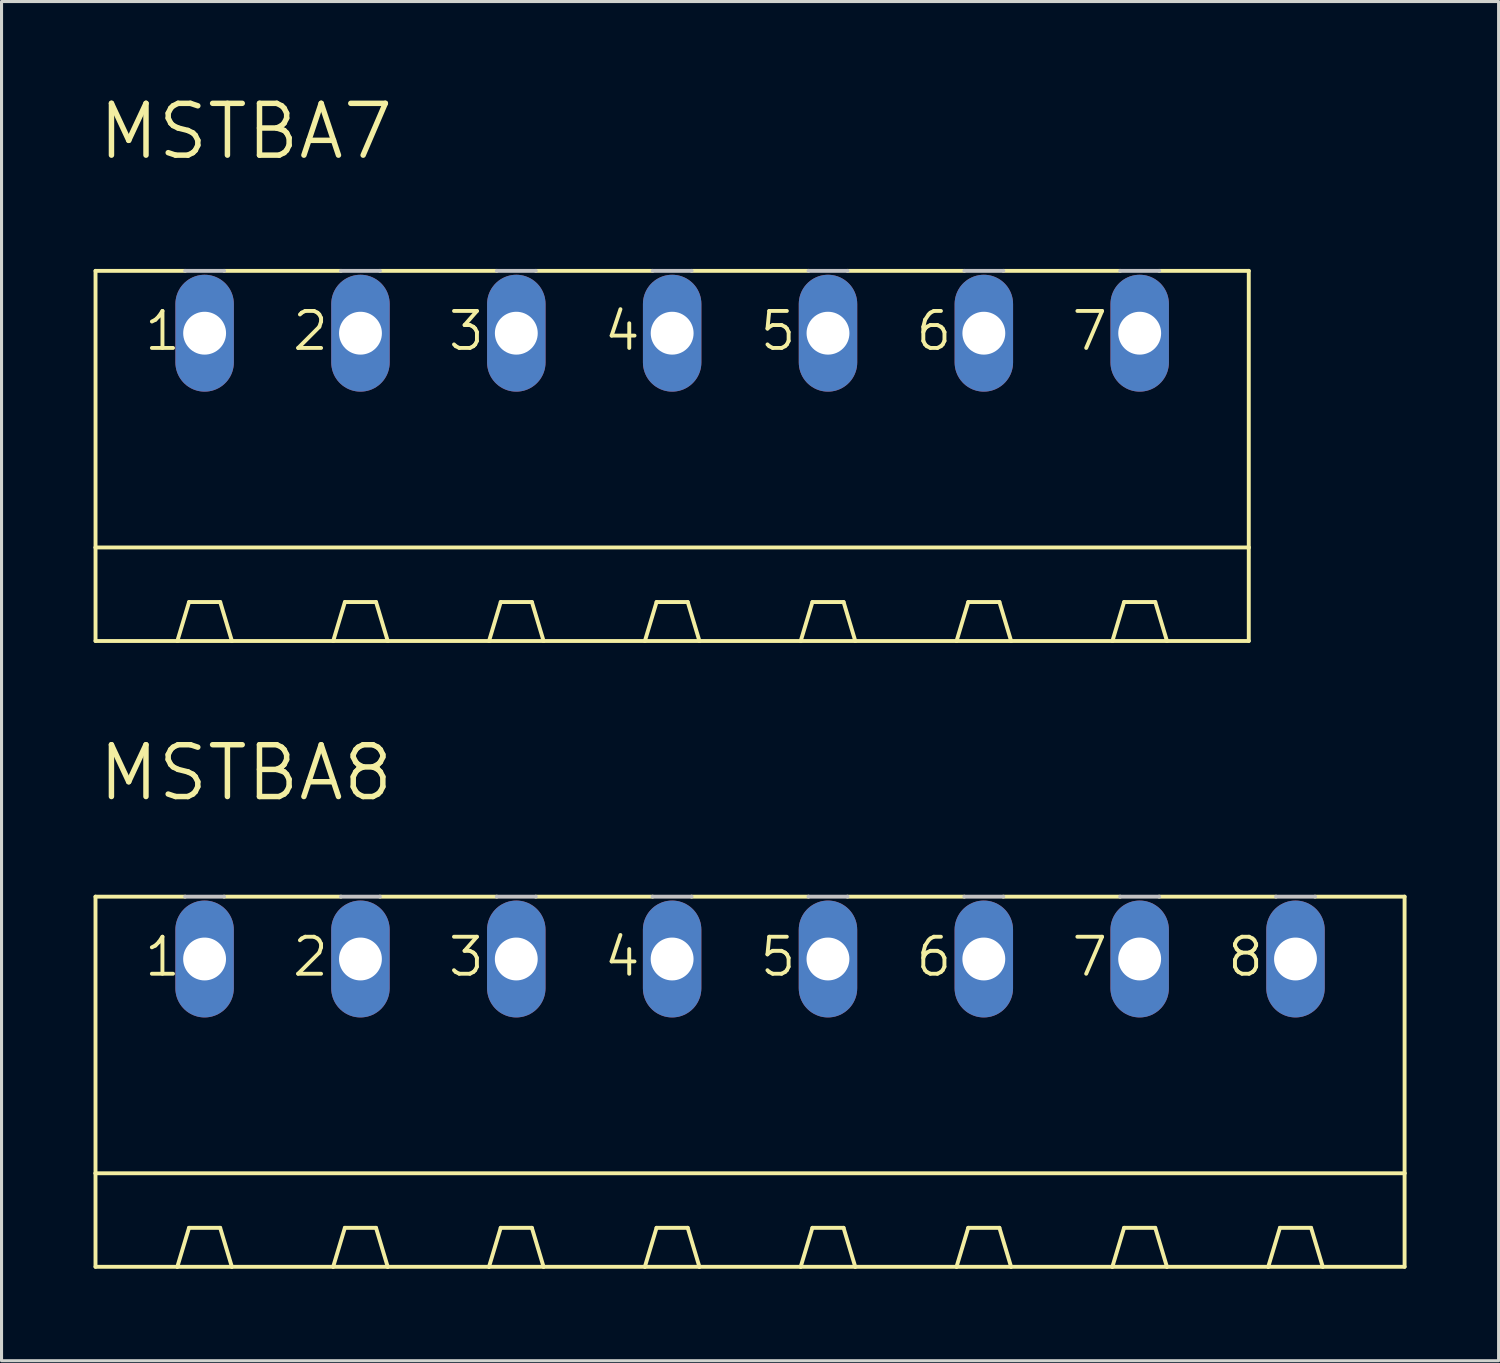
<source format=kicad_pcb>
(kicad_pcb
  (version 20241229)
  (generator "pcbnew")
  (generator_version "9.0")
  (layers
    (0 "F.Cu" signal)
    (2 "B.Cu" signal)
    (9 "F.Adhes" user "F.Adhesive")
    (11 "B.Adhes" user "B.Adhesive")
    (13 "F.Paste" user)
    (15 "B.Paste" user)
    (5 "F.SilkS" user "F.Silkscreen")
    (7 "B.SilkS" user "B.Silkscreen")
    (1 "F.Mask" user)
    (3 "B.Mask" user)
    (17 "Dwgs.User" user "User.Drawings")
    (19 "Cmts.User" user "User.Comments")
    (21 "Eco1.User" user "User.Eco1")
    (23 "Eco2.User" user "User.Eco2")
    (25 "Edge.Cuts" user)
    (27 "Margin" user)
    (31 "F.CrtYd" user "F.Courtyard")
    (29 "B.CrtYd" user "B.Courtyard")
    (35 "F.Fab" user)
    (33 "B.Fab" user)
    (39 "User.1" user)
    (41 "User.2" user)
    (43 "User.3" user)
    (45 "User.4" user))
  (footprint "MSTBA8"
    (layer "F.Cu")
    (at 21.399 30.75)
    (property "Reference" "MSTBA8" (at -21.336 -7.62 0) (layer "F.SilkS") (effects (font (size 1.689 1.689) (thickness 0.178)) (justify left bottom)))
    (attr through_hole)
    (fp_line (start -21.336 -4.572) (end -21.336 4.445) (stroke (width 0.127) (type solid)) (layer "F.SilkS"))
    (fp_line (start -21.336 -4.572) (end -18.415 -4.572) (stroke (width 0.127) (type solid)) (layer "F.SilkS"))
    (fp_line (start -21.336 4.445) (end -21.336 7.493) (stroke (width 0.127) (type solid)) (layer "F.SilkS"))
    (fp_line (start -21.336 4.445) (end 21.336 4.445) (stroke (width 0.127) (type solid)) (layer "F.SilkS"))
    (fp_line (start -21.336 7.493) (end -18.669 7.493) (stroke (width 0.127) (type solid)) (layer "F.SilkS"))
    (fp_line (start -18.669 7.493) (end -18.288 6.223) (stroke (width 0.127) (type solid)) (layer "F.SilkS"))
    (fp_line (start -18.669 7.493) (end -16.891 7.493) (stroke (width 0.127) (type solid)) (layer "F.SilkS"))
    (fp_line (start -17.272 6.223) (end -18.288 6.223) (stroke (width 0.127) (type solid)) (layer "F.SilkS"))
    (fp_line (start -17.145 -4.572) (end -13.335 -4.572) (stroke (width 0.127) (type solid)) (layer "F.SilkS"))
    (fp_line (start -16.891 7.493) (end -17.272 6.223) (stroke (width 0.127) (type solid)) (layer "F.SilkS"))
    (fp_line (start -16.891 7.493) (end -13.589 7.493) (stroke (width 0.127) (type solid)) (layer "F.SilkS"))
    (fp_line (start -13.589 7.493) (end -13.208 6.223) (stroke (width 0.127) (type solid)) (layer "F.SilkS"))
    (fp_line (start -13.589 7.493) (end -11.811 7.493) (stroke (width 0.127) (type solid)) (layer "F.SilkS"))
    (fp_line (start -13.208 6.223) (end -12.192 6.223) (stroke (width 0.127) (type solid)) (layer "F.SilkS"))
    (fp_line (start -12.065 -4.572) (end -8.255 -4.572) (stroke (width 0.127) (type solid)) (layer "F.SilkS"))
    (fp_line (start -11.811 7.493) (end -12.192 6.223) (stroke (width 0.127) (type solid)) (layer "F.SilkS"))
    (fp_line (start -11.811 7.493) (end -8.509 7.493) (stroke (width 0.127) (type solid)) (layer "F.SilkS"))
    (fp_line (start -8.509 7.493) (end -8.128 6.223) (stroke (width 0.127) (type solid)) (layer "F.SilkS"))
    (fp_line (start -8.509 7.493) (end -6.731 7.493) (stroke (width 0.127) (type solid)) (layer "F.SilkS"))
    (fp_line (start -8.128 6.223) (end -7.112 6.223) (stroke (width 0.127) (type solid)) (layer "F.SilkS"))
    (fp_line (start -6.985 -4.572) (end -3.175 -4.572) (stroke (width 0.127) (type solid)) (layer "F.SilkS"))
    (fp_line (start -6.731 7.493) (end -7.112 6.223) (stroke (width 0.127) (type solid)) (layer "F.SilkS"))
    (fp_line (start -6.731 7.493) (end -3.429 7.493) (stroke (width 0.127) (type solid)) (layer "F.SilkS"))
    (fp_line (start -3.429 7.493) (end -3.048 6.223) (stroke (width 0.127) (type solid)) (layer "F.SilkS"))
    (fp_line (start -3.429 7.493) (end -1.651 7.493) (stroke (width 0.127) (type solid)) (layer "F.SilkS"))
    (fp_line (start -3.048 6.223) (end -2.032 6.223) (stroke (width 0.127) (type solid)) (layer "F.SilkS"))
    (fp_line (start -1.905 -4.572) (end 1.905 -4.572) (stroke (width 0.127) (type solid)) (layer "F.SilkS"))
    (fp_line (start -1.651 7.493) (end -2.032 6.223) (stroke (width 0.127) (type solid)) (layer "F.SilkS"))
    (fp_line (start -1.651 7.493) (end 1.651 7.493) (stroke (width 0.127) (type solid)) (layer "F.SilkS"))
    (fp_line (start 1.651 7.493) (end 2.032 6.223) (stroke (width 0.127) (type solid)) (layer "F.SilkS"))
    (fp_line (start 1.651 7.493) (end 3.429 7.493) (stroke (width 0.127) (type solid)) (layer "F.SilkS"))
    (fp_line (start 2.032 6.223) (end 3.048 6.223) (stroke (width 0.127) (type solid)) (layer "F.SilkS"))
    (fp_line (start 3.175 -4.572) (end 6.985 -4.572) (stroke (width 0.127) (type solid)) (layer "F.SilkS"))
    (fp_line (start 3.429 7.493) (end 3.048 6.223) (stroke (width 0.127) (type solid)) (layer "F.SilkS"))
    (fp_line (start 3.429 7.493) (end 6.731 7.493) (stroke (width 0.127) (type solid)) (layer "F.SilkS"))
    (fp_line (start 6.731 7.493) (end 7.112 6.223) (stroke (width 0.127) (type solid)) (layer "F.SilkS"))
    (fp_line (start 6.731 7.493) (end 8.509 7.493) (stroke (width 0.127) (type solid)) (layer "F.SilkS"))
    (fp_line (start 7.112 6.223) (end 8.128 6.223) (stroke (width 0.127) (type solid)) (layer "F.SilkS"))
    (fp_line (start 8.255 -4.572) (end 12.065 -4.572) (stroke (width 0.127) (type solid)) (layer "F.SilkS"))
    (fp_line (start 8.509 7.493) (end 8.128 6.223) (stroke (width 0.127) (type solid)) (layer "F.SilkS"))
    (fp_line (start 8.509 7.493) (end 11.811 7.493) (stroke (width 0.127) (type solid)) (layer "F.SilkS"))
    (fp_line (start 11.811 7.493) (end 12.192 6.223) (stroke (width 0.127) (type solid)) (layer "F.SilkS"))
    (fp_line (start 11.811 7.493) (end 13.589 7.493) (stroke (width 0.127) (type solid)) (layer "F.SilkS"))
    (fp_line (start 12.192 6.223) (end 13.208 6.223) (stroke (width 0.127) (type solid)) (layer "F.SilkS"))
    (fp_line (start 13.335 -4.572) (end 17.145 -4.572) (stroke (width 0.127) (type solid)) (layer "F.SilkS"))
    (fp_line (start 13.589 7.493) (end 13.208 6.223) (stroke (width 0.127) (type solid)) (layer "F.SilkS"))
    (fp_line (start 13.589 7.493) (end 16.891 7.493) (stroke (width 0.127) (type solid)) (layer "F.SilkS"))
    (fp_line (start 16.891 7.493) (end 17.272 6.223) (stroke (width 0.127) (type solid)) (layer "F.SilkS"))
    (fp_line (start 16.891 7.493) (end 18.669 7.493) (stroke (width 0.127) (type solid)) (layer "F.SilkS"))
    (fp_line (start 17.272 6.223) (end 18.288 6.223) (stroke (width 0.127) (type solid)) (layer "F.SilkS"))
    (fp_line (start 18.415 -4.572) (end 21.336 -4.572) (stroke (width 0.127) (type solid)) (layer "F.SilkS"))
    (fp_line (start 18.669 7.493) (end 18.288 6.223) (stroke (width 0.127) (type solid)) (layer "F.SilkS"))
    (fp_line (start 18.669 7.493) (end 21.336 7.493) (stroke (width 0.127) (type solid)) (layer "F.SilkS"))
    (fp_line (start 21.336 -4.572) (end 21.336 4.445) (stroke (width 0.127) (type solid)) (layer "F.SilkS"))
    (fp_line (start 21.336 4.445) (end 21.336 7.493) (stroke (width 0.127) (type solid)) (layer "F.SilkS"))
    (fp_line (start -18.415 -4.572) (end -17.145 -4.572) (stroke (width 0.127) (type solid)) (layer "Dwgs.User"))
    (fp_line (start -13.335 -4.572) (end -12.065 -4.572) (stroke (width 0.127) (type solid)) (layer "Dwgs.User"))
    (fp_line (start -8.255 -4.572) (end -6.985 -4.572) (stroke (width 0.127) (type solid)) (layer "Dwgs.User"))
    (fp_line (start -3.175 -4.572) (end -1.905 -4.572) (stroke (width 0.127) (type solid)) (layer "Dwgs.User"))
    (fp_line (start 1.905 -4.572) (end 3.175 -4.572) (stroke (width 0.127) (type solid)) (layer "Dwgs.User"))
    (fp_line (start 6.985 -4.572) (end 8.255 -4.572) (stroke (width 0.127) (type solid)) (layer "Dwgs.User"))
    (fp_line (start 12.065 -4.572) (end 13.335 -4.572) (stroke (width 0.127) (type solid)) (layer "Dwgs.User"))
    (fp_line (start 17.145 -4.572) (end 18.415 -4.572) (stroke (width 0.127) (type solid)) (layer "Dwgs.User"))
    (fp_text user "2" (at -14.986 -1.905 0) (layer "F.SilkS") (effects (font (size 1.206 1.206) (thickness 0.127)) (justify left bottom)))
    (fp_text user "5" (at 0.254 -1.905 0) (layer "F.SilkS") (effects (font (size 1.206 1.206) (thickness 0.127)) (justify left bottom)))
    (fp_text user "6" (at 5.334 -1.905 0) (layer "F.SilkS") (effects (font (size 1.206 1.206) (thickness 0.127)) (justify left bottom)))
    (fp_text user "8" (at 15.494 -1.905 0) (layer "F.SilkS") (effects (font (size 1.206 1.206) (thickness 0.127)) (justify left bottom)))
    (fp_text user "4" (at -4.826 -1.905 0) (layer "F.SilkS") (effects (font (size 1.206 1.206) (thickness 0.127)) (justify left bottom)))
    (fp_text user "3" (at -9.906 -1.905 0) (layer "F.SilkS") (effects (font (size 1.206 1.206) (thickness 0.127)) (justify left bottom)))
    (fp_text user "1" (at -19.812 -1.905 0) (layer "F.SilkS") (effects (font (size 1.206 1.206) (thickness 0.127)) (justify left bottom)))
    (fp_text user "7" (at 10.414 -1.905 0) (layer "F.SilkS") (effects (font (size 1.206 1.206) (thickness 0.127)) (justify left bottom)))
    (pad "1" thru_hole oval (at -17.78 -2.54 90) (size 3.81 1.905) (drill 1.397) (layers "*.Cu" "*.Mask"))
    (pad "2" thru_hole oval (at -12.7 -2.54 90) (size 3.81 1.905) (drill 1.397) (layers "*.Cu" "*.Mask"))
    (pad "3" thru_hole oval (at -7.62 -2.54 90) (size 3.81 1.905) (drill 1.397) (layers "*.Cu" "*.Mask"))
    (pad "4" thru_hole oval (at -2.54 -2.54 90) (size 3.81 1.905) (drill 1.397) (layers "*.Cu" "*.Mask"))
    (pad "5" thru_hole oval (at 2.54 -2.54 90) (size 3.81 1.905) (drill 1.397) (layers "*.Cu" "*.Mask"))
    (pad "6" thru_hole oval (at 7.62 -2.54 90) (size 3.81 1.905) (drill 1.397) (layers "*.Cu" "*.Mask"))
    (pad "7" thru_hole oval (at 12.7 -2.54 90) (size 3.81 1.905) (drill 1.397) (layers "*.Cu" "*.Mask"))
    (pad "8" thru_hole oval (at 17.78 -2.54 90) (size 3.81 1.905) (drill 1.397) (layers "*.Cu" "*.Mask")))
  (footprint "MSTBA7"
    (layer "F.Cu")
    (at 18.86 10.351)
    (property "Reference" "MSTBA7" (at -18.796 -8.128 0) (layer "F.SilkS") (effects (font (size 1.689 1.689) (thickness 0.178)) (justify left bottom)))
    (attr through_hole)
    (fp_line (start -18.796 -4.572) (end -18.796 4.445) (stroke (width 0.127) (type solid)) (layer "F.SilkS"))
    (fp_line (start -18.796 -4.572) (end -15.875 -4.572) (stroke (width 0.127) (type solid)) (layer "F.SilkS"))
    (fp_line (start -18.796 4.445) (end -18.796 7.493) (stroke (width 0.127) (type solid)) (layer "F.SilkS"))
    (fp_line (start -18.796 4.445) (end 18.796 4.445) (stroke (width 0.127) (type solid)) (layer "F.SilkS"))
    (fp_line (start -18.796 7.493) (end -16.129 7.493) (stroke (width 0.127) (type solid)) (layer "F.SilkS"))
    (fp_line (start -16.129 7.493) (end -15.748 6.223) (stroke (width 0.127) (type solid)) (layer "F.SilkS"))
    (fp_line (start -16.129 7.493) (end -14.351 7.493) (stroke (width 0.127) (type solid)) (layer "F.SilkS"))
    (fp_line (start -14.732 6.223) (end -15.748 6.223) (stroke (width 0.127) (type solid)) (layer "F.SilkS"))
    (fp_line (start -14.605 -4.572) (end -10.795 -4.572) (stroke (width 0.127) (type solid)) (layer "F.SilkS"))
    (fp_line (start -14.351 7.493) (end -14.732 6.223) (stroke (width 0.127) (type solid)) (layer "F.SilkS"))
    (fp_line (start -14.351 7.493) (end -11.049 7.493) (stroke (width 0.127) (type solid)) (layer "F.SilkS"))
    (fp_line (start -11.049 7.493) (end -10.668 6.223) (stroke (width 0.127) (type solid)) (layer "F.SilkS"))
    (fp_line (start -11.049 7.493) (end -9.271 7.493) (stroke (width 0.127) (type solid)) (layer "F.SilkS"))
    (fp_line (start -10.668 6.223) (end -9.652 6.223) (stroke (width 0.127) (type solid)) (layer "F.SilkS"))
    (fp_line (start -9.525 -4.572) (end -5.715 -4.572) (stroke (width 0.127) (type solid)) (layer "F.SilkS"))
    (fp_line (start -9.271 7.493) (end -9.652 6.223) (stroke (width 0.127) (type solid)) (layer "F.SilkS"))
    (fp_line (start -9.271 7.493) (end -5.969 7.493) (stroke (width 0.127) (type solid)) (layer "F.SilkS"))
    (fp_line (start -5.969 7.493) (end -5.588 6.223) (stroke (width 0.127) (type solid)) (layer "F.SilkS"))
    (fp_line (start -5.969 7.493) (end -4.191 7.493) (stroke (width 0.127) (type solid)) (layer "F.SilkS"))
    (fp_line (start -5.588 6.223) (end -4.572 6.223) (stroke (width 0.127) (type solid)) (layer "F.SilkS"))
    (fp_line (start -4.445 -4.572) (end -0.635 -4.572) (stroke (width 0.127) (type solid)) (layer "F.SilkS"))
    (fp_line (start -4.191 7.493) (end -4.572 6.223) (stroke (width 0.127) (type solid)) (layer "F.SilkS"))
    (fp_line (start -4.191 7.493) (end -0.889 7.493) (stroke (width 0.127) (type solid)) (layer "F.SilkS"))
    (fp_line (start -0.889 7.493) (end -0.508 6.223) (stroke (width 0.127) (type solid)) (layer "F.SilkS"))
    (fp_line (start -0.889 7.493) (end 0.889 7.493) (stroke (width 0.127) (type solid)) (layer "F.SilkS"))
    (fp_line (start -0.508 6.223) (end 0.508 6.223) (stroke (width 0.127) (type solid)) (layer "F.SilkS"))
    (fp_line (start 0.635 -4.572) (end 4.445 -4.572) (stroke (width 0.127) (type solid)) (layer "F.SilkS"))
    (fp_line (start 0.889 7.493) (end 0.508 6.223) (stroke (width 0.127) (type solid)) (layer "F.SilkS"))
    (fp_line (start 0.889 7.493) (end 4.191 7.493) (stroke (width 0.127) (type solid)) (layer "F.SilkS"))
    (fp_line (start 4.191 7.493) (end 4.572 6.223) (stroke (width 0.127) (type solid)) (layer "F.SilkS"))
    (fp_line (start 4.191 7.493) (end 5.969 7.493) (stroke (width 0.127) (type solid)) (layer "F.SilkS"))
    (fp_line (start 4.572 6.223) (end 5.588 6.223) (stroke (width 0.127) (type solid)) (layer "F.SilkS"))
    (fp_line (start 5.715 -4.572) (end 9.525 -4.572) (stroke (width 0.127) (type solid)) (layer "F.SilkS"))
    (fp_line (start 5.969 7.493) (end 5.588 6.223) (stroke (width 0.127) (type solid)) (layer "F.SilkS"))
    (fp_line (start 5.969 7.493) (end 9.271 7.493) (stroke (width 0.127) (type solid)) (layer "F.SilkS"))
    (fp_line (start 9.271 7.493) (end 9.652 6.223) (stroke (width 0.127) (type solid)) (layer "F.SilkS"))
    (fp_line (start 9.271 7.493) (end 11.049 7.493) (stroke (width 0.127) (type solid)) (layer "F.SilkS"))
    (fp_line (start 9.652 6.223) (end 10.668 6.223) (stroke (width 0.127) (type solid)) (layer "F.SilkS"))
    (fp_line (start 10.795 -4.572) (end 14.605 -4.572) (stroke (width 0.127) (type solid)) (layer "F.SilkS"))
    (fp_line (start 11.049 7.493) (end 10.668 6.223) (stroke (width 0.127) (type solid)) (layer "F.SilkS"))
    (fp_line (start 11.049 7.493) (end 14.351 7.493) (stroke (width 0.127) (type solid)) (layer "F.SilkS"))
    (fp_line (start 14.351 7.493) (end 14.732 6.223) (stroke (width 0.127) (type solid)) (layer "F.SilkS"))
    (fp_line (start 14.351 7.493) (end 16.129 7.493) (stroke (width 0.127) (type solid)) (layer "F.SilkS"))
    (fp_line (start 14.732 6.223) (end 15.748 6.223) (stroke (width 0.127) (type solid)) (layer "F.SilkS"))
    (fp_line (start 15.875 -4.572) (end 18.796 -4.572) (stroke (width 0.127) (type solid)) (layer "F.SilkS"))
    (fp_line (start 16.129 7.493) (end 15.748 6.223) (stroke (width 0.127) (type solid)) (layer "F.SilkS"))
    (fp_line (start 16.129 7.493) (end 18.796 7.493) (stroke (width 0.127) (type solid)) (layer "F.SilkS"))
    (fp_line (start 18.796 -4.572) (end 18.796 4.445) (stroke (width 0.127) (type solid)) (layer "F.SilkS"))
    (fp_line (start 18.796 4.445) (end 18.796 7.493) (stroke (width 0.127) (type solid)) (layer "F.SilkS"))
    (fp_line (start -15.875 -4.572) (end -14.605 -4.572) (stroke (width 0.127) (type solid)) (layer "Dwgs.User"))
    (fp_line (start -10.795 -4.572) (end -9.525 -4.572) (stroke (width 0.127) (type solid)) (layer "Dwgs.User"))
    (fp_line (start -5.715 -4.572) (end -4.445 -4.572) (stroke (width 0.127) (type solid)) (layer "Dwgs.User"))
    (fp_line (start -0.635 -4.572) (end 0.635 -4.572) (stroke (width 0.127) (type solid)) (layer "Dwgs.User"))
    (fp_line (start 4.445 -4.572) (end 5.715 -4.572) (stroke (width 0.127) (type solid)) (layer "Dwgs.User"))
    (fp_line (start 9.525 -4.572) (end 10.795 -4.572) (stroke (width 0.127) (type solid)) (layer "Dwgs.User"))
    (fp_line (start 14.605 -4.572) (end 15.875 -4.572) (stroke (width 0.127) (type solid)) (layer "Dwgs.User"))
    (fp_text user "7" (at 12.954 -1.905 0) (layer "F.SilkS") (effects (font (size 1.206 1.206) (thickness 0.127)) (justify left bottom)))
    (fp_text user "2" (at -12.446 -1.905 0) (layer "F.SilkS") (effects (font (size 1.206 1.206) (thickness 0.127)) (justify left bottom)))
    (fp_text user "6" (at 7.874 -1.905 0) (layer "F.SilkS") (effects (font (size 1.206 1.206) (thickness 0.127)) (justify left bottom)))
    (fp_text user "3" (at -7.366 -1.905 0) (layer "F.SilkS") (effects (font (size 1.206 1.206) (thickness 0.127)) (justify left bottom)))
    (fp_text user "5" (at 2.794 -1.905 0) (layer "F.SilkS") (effects (font (size 1.206 1.206) (thickness 0.127)) (justify left bottom)))
    (fp_text user "4" (at -2.286 -1.905 0) (layer "F.SilkS") (effects (font (size 1.206 1.206) (thickness 0.127)) (justify left bottom)))
    (fp_text user "1" (at -17.272 -1.905 0) (layer "F.SilkS") (effects (font (size 1.206 1.206) (thickness 0.127)) (justify left bottom)))
    (pad "1" thru_hole oval (at -15.24 -2.54 90) (size 3.81 1.905) (drill 1.397) (layers "*.Cu" "*.Mask"))
    (pad "2" thru_hole oval (at -10.16 -2.54 90) (size 3.81 1.905) (drill 1.397) (layers "*.Cu" "*.Mask"))
    (pad "3" thru_hole oval (at -5.08 -2.54 90) (size 3.81 1.905) (drill 1.397) (layers "*.Cu" "*.Mask"))
    (pad "4" thru_hole oval (at 0 -2.54 90) (size 3.81 1.905) (drill 1.397) (layers "*.Cu" "*.Mask"))
    (pad "5" thru_hole oval (at 5.08 -2.54 90) (size 3.81 1.905) (drill 1.397) (layers "*.Cu" "*.Mask"))
    (pad "6" thru_hole oval (at 10.16 -2.54 90) (size 3.81 1.905) (drill 1.397) (layers "*.Cu" "*.Mask"))
    (pad "7" thru_hole oval (at 15.24 -2.54 90) (size 3.81 1.905) (drill 1.397) (layers "*.Cu" "*.Mask")))
  (gr_rect
    (start -3 -3)
    (end 45.799 41.306)
    (stroke (width 0.1) (type default))
    (fill no)
    (layer "Edge.Cuts")))
</source>
